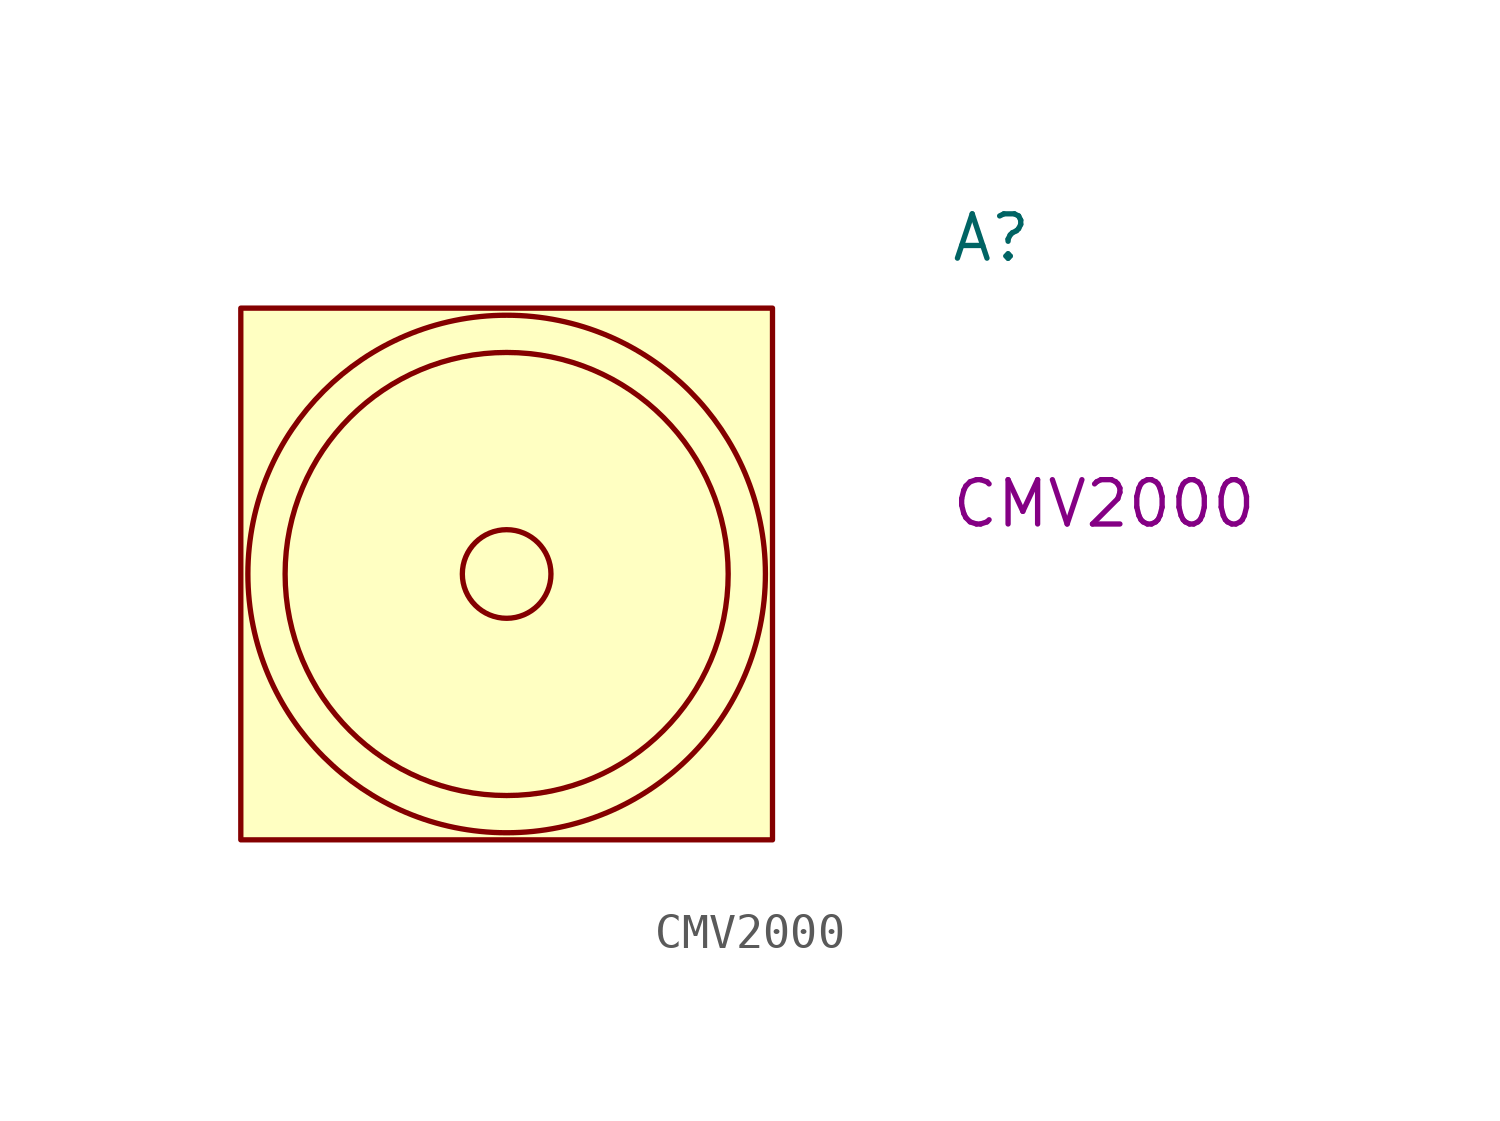
<source format=kicad_sym>
(kicad_symbol_lib
  (version 20220914)
  (generator kicad_symbol_editor)
  (symbol "CMV2000"
    (pin_names
      (offset 1.016))
    (property "Reference" "A"
      (at 12.7 8.89 0)
      (effects (font (size 1.27 1.27)) (justify left bottom)))
    (property "MPN" "CMV2000"
      (at 12.7 1.27 0)
      (effects (font (size 1.27 1.27)) (justify left bottom)))
    (symbol "CMV2000_0_1"
      (rectangle (start -7.62 7.62) (end 7.62 -7.62) (stroke (width 0) (type default)) (fill (type background)))
      (circle (center 0 0) (radius 1.27) (stroke (width 0) (type default)) (fill (type none)))
      (circle (center 0 0) (radius 6.35) (stroke (width 0) (type default)) (fill (type none)))
      (circle (center 0 0) (radius 7.417) (stroke (width 0) (type default)) (fill (type none))))))
</source>
